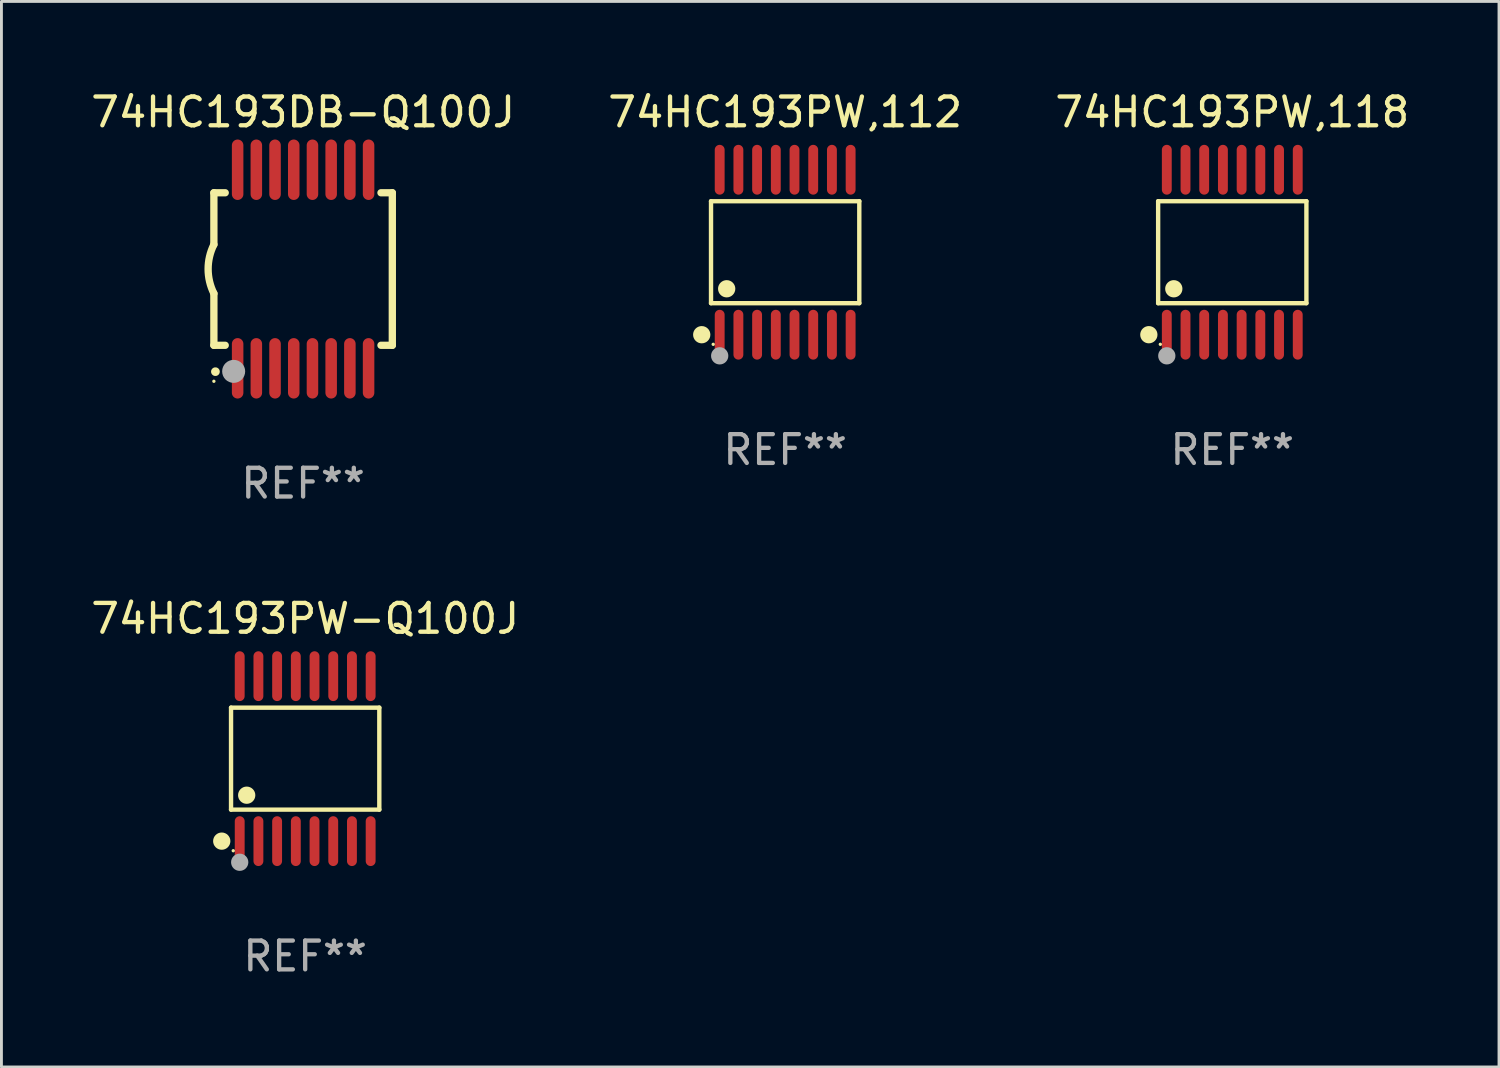
<source format=kicad_pcb>
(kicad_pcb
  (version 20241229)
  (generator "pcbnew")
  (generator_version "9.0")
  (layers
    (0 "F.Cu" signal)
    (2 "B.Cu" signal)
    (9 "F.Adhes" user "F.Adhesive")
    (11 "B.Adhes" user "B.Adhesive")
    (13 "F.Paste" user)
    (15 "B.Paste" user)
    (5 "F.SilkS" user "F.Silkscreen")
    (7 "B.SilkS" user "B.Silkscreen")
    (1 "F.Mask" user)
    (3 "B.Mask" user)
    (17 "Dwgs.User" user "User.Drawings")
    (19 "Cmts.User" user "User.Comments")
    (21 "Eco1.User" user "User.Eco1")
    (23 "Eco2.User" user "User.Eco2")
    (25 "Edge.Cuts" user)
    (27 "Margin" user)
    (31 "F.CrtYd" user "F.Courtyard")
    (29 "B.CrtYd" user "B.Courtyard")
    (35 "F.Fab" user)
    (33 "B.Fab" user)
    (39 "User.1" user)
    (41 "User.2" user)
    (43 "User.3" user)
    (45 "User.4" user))
  (footprint "74HC193PW-Q100J"
    (layer "F.Cu")
    (at 7.554 23.311)
    (property "Reference" "74HC193PW-Q100J" (at 0 -4.866 0) (layer "F.SilkS") (effects (font (size 1 1) (thickness 0.15))))
    (attr through_hole)
    (fp_line (start -2.576 -1.772) (end 2.576 -1.772) (stroke (width 0.152) (type solid)) (layer "F.SilkS"))
    (fp_line (start -2.576 1.771) (end -2.576 -1.772) (stroke (width 0.152) (type solid)) (layer "F.SilkS"))
    (fp_line (start 2.576 -1.772) (end 2.576 1.771) (stroke (width 0.152) (type solid)) (layer "F.SilkS"))
    (fp_line (start 2.576 1.771) (end -2.576 1.771) (stroke (width 0.152) (type solid)) (layer "F.SilkS"))
    (fp_circle (center -2.899 2.866) (end -2.749 2.866) (stroke (width 0.3) (type solid)) (fill no) (layer "F.SilkS"))
    (fp_circle (center -2.5 3.2) (end -2.47 3.2) (stroke (width 0.06) (type solid)) (fill no) (layer "F.SilkS"))
    (fp_circle (center -2.032 1.27) (end -1.882 1.27) (stroke (width 0.3) (type solid)) (fill no) (layer "F.SilkS"))
    (fp_circle (center -2.275 3.6) (end -2.125 3.6) (stroke (width 0.3) (type solid)) (fill no) (layer "F.Fab"))
    (fp_text user "REF**" (at 0 6.866 0) (layer "F.Fab") (effects (font (size 1 1) (thickness 0.15))))
    (pad "1" smd oval (at -2.275 2.866) (size 0.343 1.731) (layers "F.Cu" "F.Mask" "F.Paste"))
    (pad "2" smd oval (at -1.625 2.866) (size 0.343 1.731) (layers "F.Cu" "F.Mask" "F.Paste"))
    (pad "3" smd oval (at -0.975 2.866) (size 0.343 1.731) (layers "F.Cu" "F.Mask" "F.Paste"))
    (pad "4" smd oval (at -0.325 2.866) (size 0.343 1.731) (layers "F.Cu" "F.Mask" "F.Paste"))
    (pad "5" smd oval (at 0.325 2.866) (size 0.343 1.731) (layers "F.Cu" "F.Mask" "F.Paste"))
    (pad "6" smd oval (at 0.975 2.866) (size 0.343 1.731) (layers "F.Cu" "F.Mask" "F.Paste"))
    (pad "7" smd oval (at 1.625 2.866) (size 0.343 1.731) (layers "F.Cu" "F.Mask" "F.Paste"))
    (pad "8" smd oval (at 2.275 2.866) (size 0.343 1.731) (layers "F.Cu" "F.Mask" "F.Paste"))
    (pad "9" smd oval (at 2.275 -2.866) (size 0.343 1.731) (layers "F.Cu" "F.Mask" "F.Paste"))
    (pad "10" smd oval (at 1.625 -2.866) (size 0.343 1.731) (layers "F.Cu" "F.Mask" "F.Paste"))
    (pad "11" smd oval (at 0.975 -2.866) (size 0.343 1.731) (layers "F.Cu" "F.Mask" "F.Paste"))
    (pad "12" smd oval (at 0.325 -2.866) (size 0.343 1.731) (layers "F.Cu" "F.Mask" "F.Paste"))
    (pad "13" smd oval (at -0.325 -2.866) (size 0.343 1.731) (layers "F.Cu" "F.Mask" "F.Paste"))
    (pad "14" smd oval (at -0.975 -2.866) (size 0.343 1.731) (layers "F.Cu" "F.Mask" "F.Paste"))
    (pad "15" smd oval (at -1.625 -2.866) (size 0.343 1.731) (layers "F.Cu" "F.Mask" "F.Paste"))
    (pad "16" smd oval (at -2.275 -2.866) (size 0.343 1.731) (layers "F.Cu" "F.Mask" "F.Paste")))
  (footprint "74HC193PW,112"
    (layer "F.Cu")
    (at 24.232 5.714)
    (property "Reference" "74HC193PW,112" (at 0 -4.866 0) (layer "F.SilkS") (effects (font (size 1 1) (thickness 0.15))))
    (attr through_hole)
    (fp_line (start -2.576 -1.772) (end 2.576 -1.772) (stroke (width 0.152) (type solid)) (layer "F.SilkS"))
    (fp_line (start -2.576 1.771) (end -2.576 -1.772) (stroke (width 0.152) (type solid)) (layer "F.SilkS"))
    (fp_line (start 2.576 -1.772) (end 2.576 1.771) (stroke (width 0.152) (type solid)) (layer "F.SilkS"))
    (fp_line (start 2.576 1.771) (end -2.576 1.771) (stroke (width 0.152) (type solid)) (layer "F.SilkS"))
    (fp_circle (center -2.899 2.866) (end -2.749 2.866) (stroke (width 0.3) (type solid)) (fill no) (layer "F.SilkS"))
    (fp_circle (center -2.5 3.2) (end -2.47 3.2) (stroke (width 0.06) (type solid)) (fill no) (layer "F.SilkS"))
    (fp_circle (center -2.032 1.27) (end -1.882 1.27) (stroke (width 0.3) (type solid)) (fill no) (layer "F.SilkS"))
    (fp_circle (center -2.275 3.6) (end -2.125 3.6) (stroke (width 0.3) (type solid)) (fill no) (layer "F.Fab"))
    (fp_text user "REF**" (at 0 6.866 0) (layer "F.Fab") (effects (font (size 1 1) (thickness 0.15))))
    (pad "1" smd oval (at -2.275 2.866) (size 0.343 1.731) (layers "F.Cu" "F.Mask" "F.Paste"))
    (pad "2" smd oval (at -1.625 2.866) (size 0.343 1.731) (layers "F.Cu" "F.Mask" "F.Paste"))
    (pad "3" smd oval (at -0.975 2.866) (size 0.343 1.731) (layers "F.Cu" "F.Mask" "F.Paste"))
    (pad "4" smd oval (at -0.325 2.866) (size 0.343 1.731) (layers "F.Cu" "F.Mask" "F.Paste"))
    (pad "5" smd oval (at 0.325 2.866) (size 0.343 1.731) (layers "F.Cu" "F.Mask" "F.Paste"))
    (pad "6" smd oval (at 0.975 2.866) (size 0.343 1.731) (layers "F.Cu" "F.Mask" "F.Paste"))
    (pad "7" smd oval (at 1.625 2.866) (size 0.343 1.731) (layers "F.Cu" "F.Mask" "F.Paste"))
    (pad "8" smd oval (at 2.275 2.866) (size 0.343 1.731) (layers "F.Cu" "F.Mask" "F.Paste"))
    (pad "9" smd oval (at 2.275 -2.866) (size 0.343 1.731) (layers "F.Cu" "F.Mask" "F.Paste"))
    (pad "10" smd oval (at 1.625 -2.866) (size 0.343 1.731) (layers "F.Cu" "F.Mask" "F.Paste"))
    (pad "11" smd oval (at 0.975 -2.866) (size 0.343 1.731) (layers "F.Cu" "F.Mask" "F.Paste"))
    (pad "12" smd oval (at 0.325 -2.866) (size 0.343 1.731) (layers "F.Cu" "F.Mask" "F.Paste"))
    (pad "13" smd oval (at -0.325 -2.866) (size 0.343 1.731) (layers "F.Cu" "F.Mask" "F.Paste"))
    (pad "14" smd oval (at -0.975 -2.866) (size 0.343 1.731) (layers "F.Cu" "F.Mask" "F.Paste"))
    (pad "15" smd oval (at -1.625 -2.866) (size 0.343 1.731) (layers "F.Cu" "F.Mask" "F.Paste"))
    (pad "16" smd oval (at -2.275 -2.866) (size 0.343 1.731) (layers "F.Cu" "F.Mask" "F.Paste")))
  (footprint "74HC193PW,118"
    (layer "F.Cu")
    (at 39.768 5.714)
    (property "Reference" "74HC193PW,118" (at 0 -4.866 0) (layer "F.SilkS") (effects (font (size 1 1) (thickness 0.15))))
    (attr through_hole)
    (fp_line (start -2.576 -1.772) (end 2.576 -1.772) (stroke (width 0.152) (type solid)) (layer "F.SilkS"))
    (fp_line (start -2.576 1.771) (end -2.576 -1.772) (stroke (width 0.152) (type solid)) (layer "F.SilkS"))
    (fp_line (start 2.576 -1.772) (end 2.576 1.771) (stroke (width 0.152) (type solid)) (layer "F.SilkS"))
    (fp_line (start 2.576 1.771) (end -2.576 1.771) (stroke (width 0.152) (type solid)) (layer "F.SilkS"))
    (fp_circle (center -2.899 2.866) (end -2.749 2.866) (stroke (width 0.3) (type solid)) (fill no) (layer "F.SilkS"))
    (fp_circle (center -2.5 3.2) (end -2.47 3.2) (stroke (width 0.06) (type solid)) (fill no) (layer "F.SilkS"))
    (fp_circle (center -2.032 1.27) (end -1.882 1.27) (stroke (width 0.3) (type solid)) (fill no) (layer "F.SilkS"))
    (fp_circle (center -2.275 3.6) (end -2.125 3.6) (stroke (width 0.3) (type solid)) (fill no) (layer "F.Fab"))
    (fp_text user "REF**" (at 0 6.866 0) (layer "F.Fab") (effects (font (size 1 1) (thickness 0.15))))
    (pad "1" smd oval (at -2.275 2.866) (size 0.343 1.731) (layers "F.Cu" "F.Mask" "F.Paste"))
    (pad "2" smd oval (at -1.625 2.866) (size 0.343 1.731) (layers "F.Cu" "F.Mask" "F.Paste"))
    (pad "3" smd oval (at -0.975 2.866) (size 0.343 1.731) (layers "F.Cu" "F.Mask" "F.Paste"))
    (pad "4" smd oval (at -0.325 2.866) (size 0.343 1.731) (layers "F.Cu" "F.Mask" "F.Paste"))
    (pad "5" smd oval (at 0.325 2.866) (size 0.343 1.731) (layers "F.Cu" "F.Mask" "F.Paste"))
    (pad "6" smd oval (at 0.975 2.866) (size 0.343 1.731) (layers "F.Cu" "F.Mask" "F.Paste"))
    (pad "7" smd oval (at 1.625 2.866) (size 0.343 1.731) (layers "F.Cu" "F.Mask" "F.Paste"))
    (pad "8" smd oval (at 2.275 2.866) (size 0.343 1.731) (layers "F.Cu" "F.Mask" "F.Paste"))
    (pad "9" smd oval (at 2.275 -2.866) (size 0.343 1.731) (layers "F.Cu" "F.Mask" "F.Paste"))
    (pad "10" smd oval (at 1.625 -2.866) (size 0.343 1.731) (layers "F.Cu" "F.Mask" "F.Paste"))
    (pad "11" smd oval (at 0.975 -2.866) (size 0.343 1.731) (layers "F.Cu" "F.Mask" "F.Paste"))
    (pad "12" smd oval (at 0.325 -2.866) (size 0.343 1.731) (layers "F.Cu" "F.Mask" "F.Paste"))
    (pad "13" smd oval (at -0.325 -2.866) (size 0.343 1.731) (layers "F.Cu" "F.Mask" "F.Paste"))
    (pad "14" smd oval (at -0.975 -2.866) (size 0.343 1.731) (layers "F.Cu" "F.Mask" "F.Paste"))
    (pad "15" smd oval (at -1.625 -2.866) (size 0.343 1.731) (layers "F.Cu" "F.Mask" "F.Paste"))
    (pad "16" smd oval (at -2.275 -2.866) (size 0.343 1.731) (layers "F.Cu" "F.Mask" "F.Paste")))
  (footprint "74HC193DB-Q100J"
    (layer "F.Cu")
    (at 7.482 6.298)
    (property "Reference" "74HC193DB-Q100J" (at 0 -5.45 0) (layer "F.SilkS") (effects (font (size 1 1) (thickness 0.15))))
    (attr through_hole)
    (fp_line (start -3.1 -2.65) (end -3.1 -0.85) (stroke (width 0.254) (type solid)) (layer "F.SilkS"))
    (fp_line (start -3.1 -2.65) (end -2.706 -2.65) (stroke (width 0.254) (type solid)) (layer "F.SilkS"))
    (fp_line (start -3.1 2.65) (end -3.1 0.85) (stroke (width 0.254) (type solid)) (layer "F.SilkS"))
    (fp_line (start -3.1 2.65) (end -2.706 2.65) (stroke (width 0.254) (type solid)) (layer "F.SilkS"))
    (fp_line (start 2.706 -2.65) (end 3.1 -2.65) (stroke (width 0.254) (type solid)) (layer "F.SilkS"))
    (fp_line (start 2.706 2.65) (end 3.1 2.65) (stroke (width 0.254) (type solid)) (layer "F.SilkS"))
    (fp_line (start 3.1 -2.65) (end 3.1 2.65) (stroke (width 0.254) (type solid)) (layer "F.SilkS"))
    (fp_arc (start -3.098907 0.850902) (mid -3.300057 0.000523) (end -3.1 -0.850114) (stroke (width 0.254001) (type solid)) (layer "F.SilkS"))
    (fp_arc (start -3.048006 3.566066) (mid -3.046736 3.566061) (end -3.045466 3.566066) (stroke (width 0.3) (type solid)) (layer "F.SilkS"))
    (fp_circle (center -3.1 3.9) (end -3.07 3.9) (stroke (width 0.06) (type solid)) (fill no) (layer "F.SilkS"))
    (fp_circle (center -2.413 3.556) (end -2.213 3.556) (stroke (width 0.4) (type solid)) (fill no) (layer "F.Fab"))
    (fp_text user "REF**" (at 0 7.45 0) (layer "F.Fab") (effects (font (size 1 1) (thickness 0.15))))
    (pad "1" smd oval (at -2.275 3.45 180) (size 0.4 2.1) (layers "F.Cu" "F.Mask" "F.Paste"))
    (pad "2" smd oval (at -1.625 3.45 180) (size 0.4 2.1) (layers "F.Cu" "F.Mask" "F.Paste"))
    (pad "3" smd oval (at -0.975 3.45 180) (size 0.4 2.1) (layers "F.Cu" "F.Mask" "F.Paste"))
    (pad "4" smd oval (at -0.325 3.45 180) (size 0.4 2.1) (layers "F.Cu" "F.Mask" "F.Paste"))
    (pad "5" smd oval (at 0.325 3.45 180) (size 0.4 2.1) (layers "F.Cu" "F.Mask" "F.Paste"))
    (pad "6" smd oval (at 0.975 3.45 180) (size 0.4 2.1) (layers "F.Cu" "F.Mask" "F.Paste"))
    (pad "7" smd oval (at 1.625 3.45 180) (size 0.4 2.1) (layers "F.Cu" "F.Mask" "F.Paste"))
    (pad "8" smd oval (at 2.275 3.45 180) (size 0.4 2.1) (layers "F.Cu" "F.Mask" "F.Paste"))
    (pad "9" smd oval (at 2.275 -3.45 180) (size 0.4 2.1) (layers "F.Cu" "F.Mask" "F.Paste"))
    (pad "10" smd oval (at 1.625 -3.45 180) (size 0.4 2.1) (layers "F.Cu" "F.Mask" "F.Paste"))
    (pad "11" smd oval (at 0.975 -3.45 180) (size 0.4 2.1) (layers "F.Cu" "F.Mask" "F.Paste"))
    (pad "12" smd oval (at 0.325 -3.45 180) (size 0.4 2.1) (layers "F.Cu" "F.Mask" "F.Paste"))
    (pad "13" smd oval (at -0.325 -3.45 180) (size 0.4 2.1) (layers "F.Cu" "F.Mask" "F.Paste"))
    (pad "14" smd oval (at -0.975 -3.45 180) (size 0.4 2.1) (layers "F.Cu" "F.Mask" "F.Paste"))
    (pad "15" smd oval (at -1.625 -3.45 180) (size 0.4 2.1) (layers "F.Cu" "F.Mask" "F.Paste"))
    (pad "16" smd oval (at -2.275 -3.45 180) (size 0.4 2.1) (layers "F.Cu" "F.Mask" "F.Paste")))
  (gr_rect
    (start -3 -3)
    (end 49.036 34.025)
    (stroke (width 0.1) (type default))
    (fill no)
    (layer "Edge.Cuts")))
</source>
